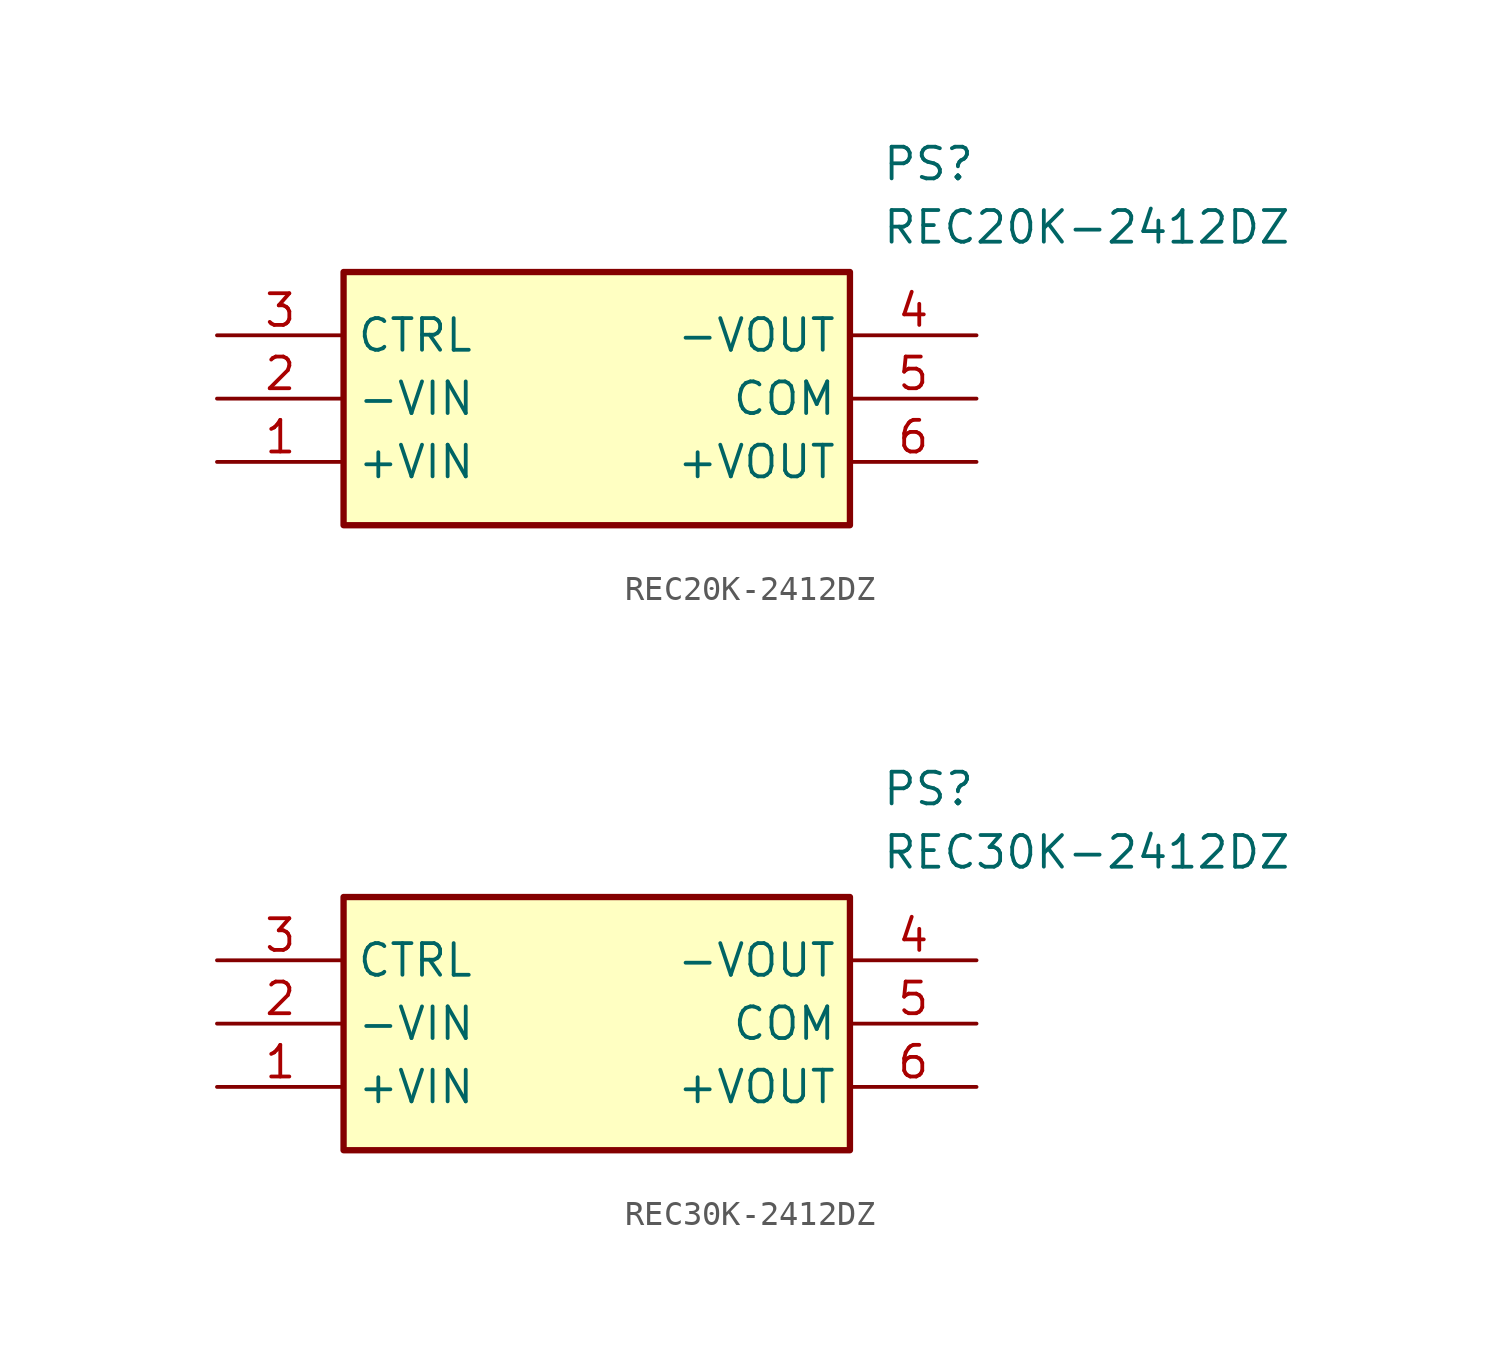
<source format=kicad_sym>
(kicad_symbol_lib
  (version 20231120)
  (generator "kicad_symbol_editor")
  (generator_version "8.0")
  (symbol "REC20K-2412DZ"
    (property "Reference" "PS"
      (at 26.67 7.62 0)
      (effects (font (size 1.27 1.27)) (justify left top)))
    (property "Value" "REC20K-2412DZ"
      (at 26.67 5.08 0)
      (effects (font (size 1.27 1.27)) (justify left top)))
    (symbol "REC20K-2412DZ_1_1"
      (rectangle (start 5.08 2.54) (end 25.4 -7.62) (stroke (width 0.254) (type default)) (fill (type background)))
      (pin passive line (at 0 -5.08 0) (length 5.08) (name "+VIN" (effects (font (size 1.27 1.27)))) (number "1" (effects (font (size 1.27 1.27)))))
      (pin passive line (at 0 -2.54 0) (length 5.08) (name "-VIN" (effects (font (size 1.27 1.27)))) (number "2" (effects (font (size 1.27 1.27)))))
      (pin passive line (at 0 0 0) (length 5.08) (name "CTRL" (effects (font (size 1.27 1.27)))) (number "3" (effects (font (size 1.27 1.27)))))
      (pin passive line (at 30.48 0 180) (length 5.08) (name "-VOUT" (effects (font (size 1.27 1.27)))) (number "4" (effects (font (size 1.27 1.27)))))
      (pin passive line (at 30.48 -2.54 180) (length 5.08) (name "COM" (effects (font (size 1.27 1.27)))) (number "5" (effects (font (size 1.27 1.27)))))
      (pin passive line (at 30.48 -5.08 180) (length 5.08) (name "+VOUT" (effects (font (size 1.27 1.27)))) (number "6" (effects (font (size 1.27 1.27)))))))
  (symbol "REC30K-2412DZ"
    (property "Reference" "PS"
      (at 26.67 7.62 0)
      (effects (font (size 1.27 1.27)) (justify left top)))
    (property "Value" "REC30K-2412DZ"
      (at 26.67 5.08 0)
      (effects (font (size 1.27 1.27)) (justify left top)))
    (symbol "REC30K-2412DZ_1_1"
      (rectangle (start 5.08 2.54) (end 25.4 -7.62) (stroke (width 0.254) (type default)) (fill (type background)))
      (pin passive line (at 0 -5.08 0) (length 5.08) (name "+VIN" (effects (font (size 1.27 1.27)))) (number "1" (effects (font (size 1.27 1.27)))))
      (pin passive line (at 0 -2.54 0) (length 5.08) (name "-VIN" (effects (font (size 1.27 1.27)))) (number "2" (effects (font (size 1.27 1.27)))))
      (pin passive line (at 0 0 0) (length 5.08) (name "CTRL" (effects (font (size 1.27 1.27)))) (number "3" (effects (font (size 1.27 1.27)))))
      (pin passive line (at 30.48 0 180) (length 5.08) (name "-VOUT" (effects (font (size 1.27 1.27)))) (number "4" (effects (font (size 1.27 1.27)))))
      (pin passive line (at 30.48 -2.54 180) (length 5.08) (name "COM" (effects (font (size 1.27 1.27)))) (number "5" (effects (font (size 1.27 1.27)))))
      (pin passive line (at 30.48 -5.08 180) (length 5.08) (name "+VOUT" (effects (font (size 1.27 1.27)))) (number "6" (effects (font (size 1.27 1.27))))))))
</source>
